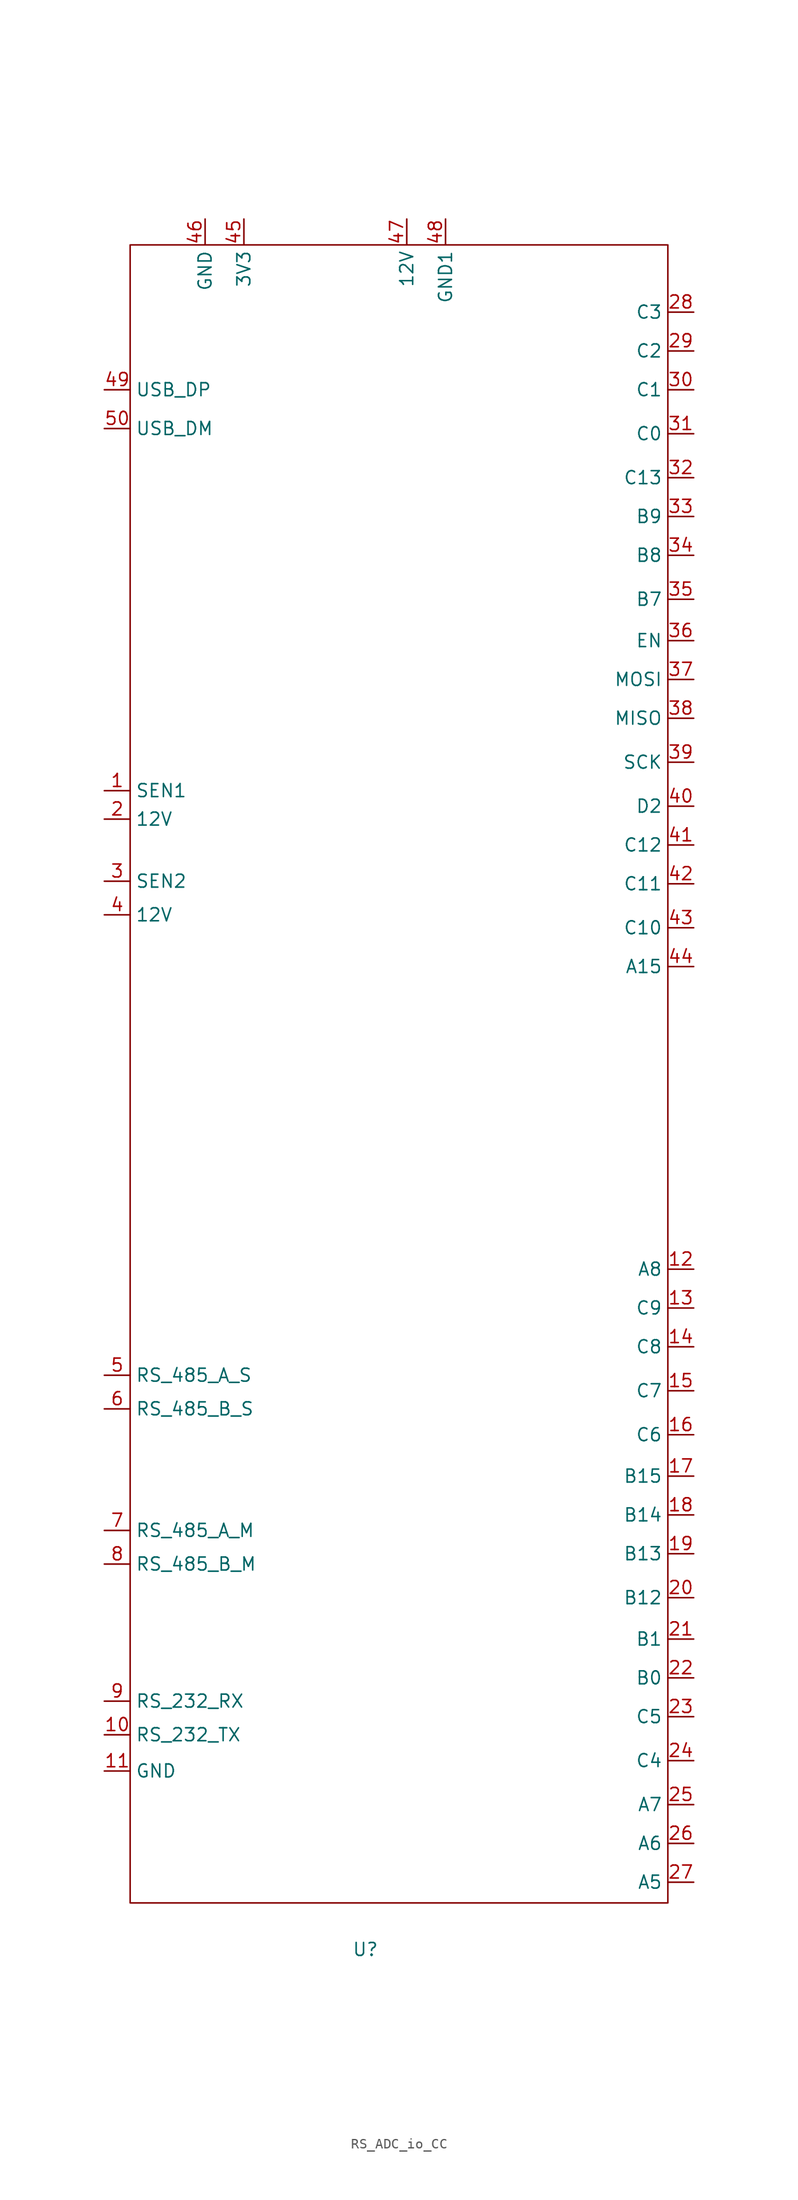
<source format=kicad_sym>
(kicad_symbol_lib
  (version 20231120)
  (generator "kicad_symbol_editor")
  (generator_version "8.0")
  (symbol "RS_ADC_io_CC"
    (property "Reference" "U"
      (at 11.938 -94.234 0)
      (effects (font (size 1.27 1.27))))
    (property "Value" ""
      (at 0 -67.31 0)
      (effects (font (size 1.27 1.27))))
    (symbol "RS_ADC_io_CC_0_1"
      (rectangle (start -11.176 73.152) (end 41.656 -89.662) (stroke (width 0) (type default)) (fill (type none))))
    (symbol "RS_ADC_io_CC_1_1"
      (pin input line (at -13.716 19.558 0) (length 2.54) (name "SEN1" (effects (font (size 1.27 1.27)))) (number "1" (effects (font (size 1.27 1.27)))))
      (pin input line (at -13.716 -73.152 0) (length 2.54) (name "RS_232_TX" (effects (font (size 1.27 1.27)))) (number "10" (effects (font (size 1.27 1.27)))))
      (pin input line (at -13.716 -76.708 0) (length 2.54) (name "GND" (effects (font (size 1.27 1.27)))) (number "11" (effects (font (size 1.27 1.27)))))
      (pin input line (at 44.196 -27.432 180) (length 2.54) (name "A8" (effects (font (size 1.27 1.27)))) (number "12" (effects (font (size 1.27 1.27)))))
      (pin input line (at 44.196 -31.242 180) (length 2.54) (name "C9" (effects (font (size 1.27 1.27)))) (number "13" (effects (font (size 1.27 1.27)))))
      (pin input line (at 44.196 -35.052 180) (length 2.54) (name "C8" (effects (font (size 1.27 1.27)))) (number "14" (effects (font (size 1.27 1.27)))))
      (pin input line (at 44.196 -39.37 180) (length 2.54) (name "C7" (effects (font (size 1.27 1.27)))) (number "15" (effects (font (size 1.27 1.27)))))
      (pin input line (at 44.196 -43.688 180) (length 2.54) (name "C6" (effects (font (size 1.27 1.27)))) (number "16" (effects (font (size 1.27 1.27)))))
      (pin input line (at 44.196 -47.752 180) (length 2.54) (name "B15" (effects (font (size 1.27 1.27)))) (number "17" (effects (font (size 1.27 1.27)))))
      (pin input line (at 44.196 -51.562 180) (length 2.54) (name "B14" (effects (font (size 1.27 1.27)))) (number "18" (effects (font (size 1.27 1.27)))))
      (pin input line (at 44.196 -55.372 180) (length 2.54) (name "B13" (effects (font (size 1.27 1.27)))) (number "19" (effects (font (size 1.27 1.27)))))
      (pin input line (at -13.716 16.764 0) (length 2.54) (name "12V" (effects (font (size 1.27 1.27)))) (number "2" (effects (font (size 1.27 1.27)))))
      (pin input line (at 44.196 -59.69 180) (length 2.54) (name "B12" (effects (font (size 1.27 1.27)))) (number "20" (effects (font (size 1.27 1.27)))))
      (pin input line (at 44.196 -63.754 180) (length 2.54) (name "B1" (effects (font (size 1.27 1.27)))) (number "21" (effects (font (size 1.27 1.27)))))
      (pin input line (at 44.196 -67.564 180) (length 2.54) (name "B0" (effects (font (size 1.27 1.27)))) (number "22" (effects (font (size 1.27 1.27)))))
      (pin input line (at 44.196 -71.374 180) (length 2.54) (name "C5" (effects (font (size 1.27 1.27)))) (number "23" (effects (font (size 1.27 1.27)))))
      (pin input line (at 44.196 -75.692 180) (length 2.54) (name "C4" (effects (font (size 1.27 1.27)))) (number "24" (effects (font (size 1.27 1.27)))))
      (pin input line (at 44.196 -80.01 180) (length 2.54) (name "A7" (effects (font (size 1.27 1.27)))) (number "25" (effects (font (size 1.27 1.27)))))
      (pin input line (at 44.196 -83.82 180) (length 2.54) (name "A6" (effects (font (size 1.27 1.27)))) (number "26" (effects (font (size 1.27 1.27)))))
      (pin input line (at 44.196 -87.63 180) (length 2.54) (name "A5" (effects (font (size 1.27 1.27)))) (number "27" (effects (font (size 1.27 1.27)))))
      (pin input line (at 44.196 66.548 180) (length 2.54) (name "C3" (effects (font (size 1.27 1.27)))) (number "28" (effects (font (size 1.27 1.27)))))
      (pin input line (at 44.196 62.738 180) (length 2.54) (name "C2" (effects (font (size 1.27 1.27)))) (number "29" (effects (font (size 1.27 1.27)))))
      (pin input line (at -13.716 10.668 0) (length 2.54) (name "SEN2" (effects (font (size 1.27 1.27)))) (number "3" (effects (font (size 1.27 1.27)))))
      (pin input line (at 44.196 58.928 180) (length 2.54) (name "C1" (effects (font (size 1.27 1.27)))) (number "30" (effects (font (size 1.27 1.27)))))
      (pin input line (at 44.196 54.61 180) (length 2.54) (name "C0" (effects (font (size 1.27 1.27)))) (number "31" (effects (font (size 1.27 1.27)))))
      (pin input line (at 44.196 50.292 180) (length 2.54) (name "C13" (effects (font (size 1.27 1.27)))) (number "32" (effects (font (size 1.27 1.27)))))
      (pin input line (at 44.196 46.482 180) (length 2.54) (name "B9" (effects (font (size 1.27 1.27)))) (number "33" (effects (font (size 1.27 1.27)))))
      (pin input line (at 44.196 42.672 180) (length 2.54) (name "B8" (effects (font (size 1.27 1.27)))) (number "34" (effects (font (size 1.27 1.27)))))
      (pin input line (at 44.196 38.354 180) (length 2.54) (name "B7" (effects (font (size 1.27 1.27)))) (number "35" (effects (font (size 1.27 1.27)))))
      (pin input line (at 44.196 34.29 180) (length 2.54) (name "EN" (effects (font (size 1.27 1.27)))) (number "36" (effects (font (size 1.27 1.27)))))
      (pin input line (at 44.196 30.48 180) (length 2.54) (name "MOSI" (effects (font (size 1.27 1.27)))) (number "37" (effects (font (size 1.27 1.27)))))
      (pin input line (at 44.196 26.67 180) (length 2.54) (name "MISO" (effects (font (size 1.27 1.27)))) (number "38" (effects (font (size 1.27 1.27)))))
      (pin input line (at 44.196 22.352 180) (length 2.54) (name "SCK" (effects (font (size 1.27 1.27)))) (number "39" (effects (font (size 1.27 1.27)))))
      (pin input line (at -13.716 7.366 0) (length 2.54) (name "12V" (effects (font (size 1.27 1.27)))) (number "4" (effects (font (size 1.27 1.27)))))
      (pin input line (at 44.196 18.034 180) (length 2.54) (name "D2" (effects (font (size 1.27 1.27)))) (number "40" (effects (font (size 1.27 1.27)))))
      (pin input line (at 44.196 14.224 180) (length 2.54) (name "C12" (effects (font (size 1.27 1.27)))) (number "41" (effects (font (size 1.27 1.27)))))
      (pin input line (at 44.196 10.414 180) (length 2.54) (name "C11" (effects (font (size 1.27 1.27)))) (number "42" (effects (font (size 1.27 1.27)))))
      (pin input line (at 44.196 6.096 180) (length 2.54) (name "C10" (effects (font (size 1.27 1.27)))) (number "43" (effects (font (size 1.27 1.27)))))
      (pin input line (at 44.196 2.286 180) (length 2.54) (name "A15" (effects (font (size 1.27 1.27)))) (number "44" (effects (font (size 1.27 1.27)))))
      (pin input line (at 0 75.692 270) (length 2.54) (name "3V3" (effects (font (size 1.27 1.27)))) (number "45" (effects (font (size 1.27 1.27)))))
      (pin input line (at -3.81 75.692 270) (length 2.54) (name "GND" (effects (font (size 1.27 1.27)))) (number "46" (effects (font (size 1.27 1.27)))))
      (pin input line (at 16.002 75.692 270) (length 2.54) (name "12V" (effects (font (size 1.27 1.27)))) (number "47" (effects (font (size 1.27 1.27)))))
      (pin input line (at 19.812 75.692 270) (length 2.54) (name "GND1" (effects (font (size 1.27 1.27)))) (number "48" (effects (font (size 1.27 1.27)))))
      (pin input line (at -13.716 58.928 0) (length 2.54) (name "USB_DP" (effects (font (size 1.27 1.27)))) (number "49" (effects (font (size 1.27 1.27)))))
      (pin input line (at -13.716 -37.846 0) (length 2.54) (name "RS_485_A_S" (effects (font (size 1.27 1.27)))) (number "5" (effects (font (size 1.27 1.27)))))
      (pin input line (at -13.716 55.118 0) (length 2.54) (name "USB_DM" (effects (font (size 1.27 1.27)))) (number "50" (effects (font (size 1.27 1.27)))))
      (pin input line (at -13.716 -41.148 0) (length 2.54) (name "RS_485_B_S" (effects (font (size 1.27 1.27)))) (number "6" (effects (font (size 1.27 1.27)))))
      (pin input line (at -13.716 -53.086 0) (length 2.54) (name "RS_485_A_M" (effects (font (size 1.27 1.27)))) (number "7" (effects (font (size 1.27 1.27)))))
      (pin input line (at -13.716 -56.388 0) (length 2.54) (name "RS_485_B_M" (effects (font (size 1.27 1.27)))) (number "8" (effects (font (size 1.27 1.27)))))
      (pin input line (at -13.716 -69.85 0) (length 2.54) (name "RS_232_RX" (effects (font (size 1.27 1.27)))) (number "9" (effects (font (size 1.27 1.27))))))))
</source>
